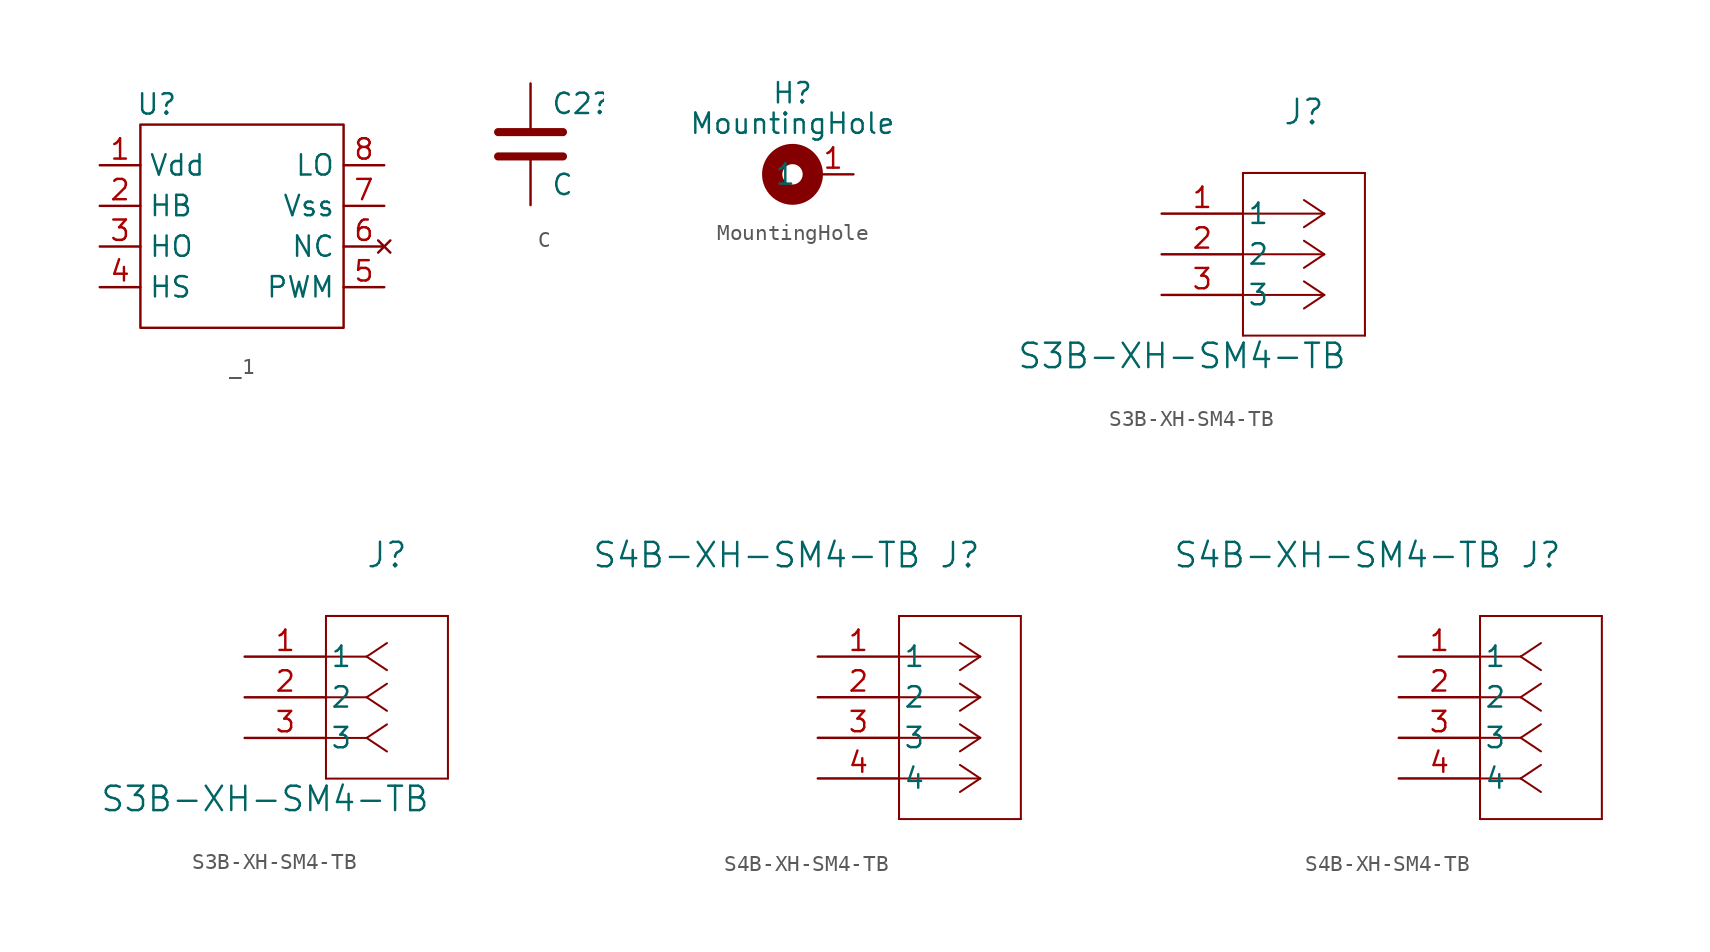
<source format=kicad_sym>
(kicad_symbol_lib
  (version 20241209)
  (generator "kicad_symbol_editor")
  (generator_version "9.0")
  (symbol "_1"
    (property "Reference" "U"
      (at -5.334 7.62 0)
      (effects (font (size 1.27 1.27))))
    (property "Value" ""
      (at 0 0 0)
      (effects (font (size 1.27 1.27))))
    (symbol "_1_0_1"
      (rectangle (start -6.35 6.35) (end 6.35 -6.35) (stroke (width 0) (type default)) (fill (type none))))
    (symbol "_1_1_1"
      (pin power_in line (at -8.89 3.81 0) (length 2.54) (name "Vdd" (effects (font (size 1.27 1.27)))) (number "1" (effects (font (size 1.27 1.27)))))
      (pin bidirectional line (at -8.89 1.27 0) (length 2.54) (name "HB" (effects (font (size 1.27 1.27)))) (number "2" (effects (font (size 1.27 1.27)))))
      (pin output line (at -8.89 -1.27 0) (length 2.54) (name "HO" (effects (font (size 1.27 1.27)))) (number "3" (effects (font (size 1.27 1.27)))))
      (pin input line (at -8.89 -3.81 0) (length 2.54) (name "HS" (effects (font (size 1.27 1.27)))) (number "4" (effects (font (size 1.27 1.27)))))
      (pin output line (at 8.89 3.81 180) (length 2.54) (name "LO" (effects (font (size 1.27 1.27)))) (number "8" (effects (font (size 1.27 1.27)))))
      (pin power_in line (at 8.89 1.27 180) (length 2.54) (name "Vss" (effects (font (size 1.27 1.27)))) (number "7" (effects (font (size 1.27 1.27)))))
      (pin no_connect line (at 8.89 -1.27 180) (length 2.54) (name "NC" (effects (font (size 1.27 1.27)))) (number "6" (effects (font (size 1.27 1.27)))))
      (pin input line (at 8.89 -3.81 180) (length 2.54) (name "PWM" (effects (font (size 1.27 1.27)))) (number "5" (effects (font (size 1.27 1.27)))))))
  (symbol "C"
    (pin_numbers
      (hide yes))
    (pin_names
      (offset 0.254))
    (property "Reference" "C2"
      (at 1.27 2.54 0)
      (effects (font (size 1.27 1.27)) (justify left)))
    (property "Value" "C"
      (at 1.27 -2.54 0)
      (effects (font (size 1.27 1.27)) (justify left)))
    (symbol "C_0_1"
      (polyline (pts (xy -2.032 0.762) (xy 2.032 0.762)) (stroke (width 0.508) (type default)) (fill (type none)))
      (polyline (pts (xy -2.032 -0.762) (xy 2.032 -0.762)) (stroke (width 0.508) (type default)) (fill (type none))))
    (symbol "C_1_1"
      (pin passive line (at 0 3.81 270) (length 2.794) (name "~" (effects (font (size 1.27 1.27)))) (number "1" (effects (font (size 1.27 1.27)))))
      (pin passive line (at 0 -3.81 90) (length 2.794) (name "~" (effects (font (size 1.27 1.27)))) (number "2" (effects (font (size 1.27 1.27)))))))
  (symbol "MountingHole"
    (pin_names
      (offset 1.016))
    (property "Reference" "H"
      (at 0 5.08 0)
      (effects (font (size 1.27 1.27))))
    (property "Value" "MountingHole"
      (at 0 3.175 0)
      (effects (font (size 1.27 1.27))))
    (symbol "MountingHole_0_1"
      (circle (center 0 0) (radius 1.27) (stroke (width 1.27) (type default)) (fill (type none))))
    (symbol "MountingHole_1_1"
      (pin passive line (at 3.81 0 180) (length 2.54) (name "1" (effects (font (size 1.27 1.27)))) (number "1" (effects (font (size 1.27 1.27)))))))
  (symbol "S3B-XH-SM4-TB"
    (pin_names
      (offset 0.254))
    (property "Reference" "J"
      (at 8.89 6.35 0)
      (effects (font (size 1.524 1.524))))
    (property "Value" "S3B-XH-SM4-TB"
      (at 1.27 -8.89 0)
      (effects (font (size 1.524 1.524))))
    (property "ki_locked" ""
      (at 0 0 0)
      (effects (font (size 1.27 1.27))))
    (symbol "S3B-XH-SM4-TB_1_1"
      (polyline (pts (xy 5.08 2.54) (xy 5.08 -7.62)) (stroke (width 0.127) (type default)) (fill (type none)))
      (polyline (pts (xy 5.08 -7.62) (xy 12.7 -7.62)) (stroke (width 0.127) (type default)) (fill (type none)))
      (polyline (pts (xy 10.16 0) (xy 5.08 0)) (stroke (width 0.127) (type default)) (fill (type none)))
      (polyline (pts (xy 10.16 0) (xy 8.89 0.847)) (stroke (width 0.127) (type default)) (fill (type none)))
      (polyline (pts (xy 10.16 0) (xy 8.89 -0.847)) (stroke (width 0.127) (type default)) (fill (type none)))
      (polyline (pts (xy 10.16 -2.54) (xy 5.08 -2.54)) (stroke (width 0.127) (type default)) (fill (type none)))
      (polyline (pts (xy 10.16 -2.54) (xy 8.89 -1.693)) (stroke (width 0.127) (type default)) (fill (type none)))
      (polyline (pts (xy 10.16 -2.54) (xy 8.89 -3.387)) (stroke (width 0.127) (type default)) (fill (type none)))
      (polyline (pts (xy 10.16 -5.08) (xy 5.08 -5.08)) (stroke (width 0.127) (type default)) (fill (type none)))
      (polyline (pts (xy 10.16 -5.08) (xy 8.89 -4.233)) (stroke (width 0.127) (type default)) (fill (type none)))
      (polyline (pts (xy 10.16 -5.08) (xy 8.89 -5.927)) (stroke (width 0.127) (type default)) (fill (type none)))
      (polyline (pts (xy 12.7 2.54) (xy 5.08 2.54)) (stroke (width 0.127) (type default)) (fill (type none)))
      (polyline (pts (xy 12.7 -7.62) (xy 12.7 2.54)) (stroke (width 0.127) (type default)) (fill (type none)))
      (pin unspecified line (at 0 0 0) (length 5.08) (name "1" (effects (font (size 1.27 1.27)))) (number "1" (effects (font (size 1.27 1.27)))))
      (pin unspecified line (at 0 -2.54 0) (length 5.08) (name "2" (effects (font (size 1.27 1.27)))) (number "2" (effects (font (size 1.27 1.27)))))
      (pin unspecified line (at 0 -5.08 0) (length 5.08) (name "3" (effects (font (size 1.27 1.27)))) (number "3" (effects (font (size 1.27 1.27))))))
    (symbol "S3B-XH-SM4-TB_1_2"
      (polyline (pts (xy 5.08 2.54) (xy 5.08 -7.62)) (stroke (width 0.127) (type default)) (fill (type none)))
      (polyline (pts (xy 5.08 -7.62) (xy 12.7 -7.62)) (stroke (width 0.127) (type default)) (fill (type none)))
      (polyline (pts (xy 7.62 0) (xy 5.08 0)) (stroke (width 0.127) (type default)) (fill (type none)))
      (polyline (pts (xy 7.62 0) (xy 8.89 0.847)) (stroke (width 0.127) (type default)) (fill (type none)))
      (polyline (pts (xy 7.62 0) (xy 8.89 -0.847)) (stroke (width 0.127) (type default)) (fill (type none)))
      (polyline (pts (xy 7.62 -2.54) (xy 5.08 -2.54)) (stroke (width 0.127) (type default)) (fill (type none)))
      (polyline (pts (xy 7.62 -2.54) (xy 8.89 -1.693)) (stroke (width 0.127) (type default)) (fill (type none)))
      (polyline (pts (xy 7.62 -2.54) (xy 8.89 -3.387)) (stroke (width 0.127) (type default)) (fill (type none)))
      (polyline (pts (xy 7.62 -5.08) (xy 5.08 -5.08)) (stroke (width 0.127) (type default)) (fill (type none)))
      (polyline (pts (xy 7.62 -5.08) (xy 8.89 -4.233)) (stroke (width 0.127) (type default)) (fill (type none)))
      (polyline (pts (xy 7.62 -5.08) (xy 8.89 -5.927)) (stroke (width 0.127) (type default)) (fill (type none)))
      (polyline (pts (xy 12.7 2.54) (xy 5.08 2.54)) (stroke (width 0.127) (type default)) (fill (type none)))
      (polyline (pts (xy 12.7 -7.62) (xy 12.7 2.54)) (stroke (width 0.127) (type default)) (fill (type none)))
      (pin unspecified line (at 0 0 0) (length 5.08) (name "1" (effects (font (size 1.27 1.27)))) (number "1" (effects (font (size 1.27 1.27)))))
      (pin unspecified line (at 0 -2.54 0) (length 5.08) (name "2" (effects (font (size 1.27 1.27)))) (number "2" (effects (font (size 1.27 1.27)))))
      (pin unspecified line (at 0 -5.08 0) (length 5.08) (name "3" (effects (font (size 1.27 1.27)))) (number "3" (effects (font (size 1.27 1.27)))))))
  (symbol "S4B-XH-SM4-TB"
    (pin_names
      (offset 0.254))
    (property "Reference" "J"
      (at 8.89 6.35 0)
      (effects (font (size 1.524 1.524))))
    (property "Value" "S4B-XH-SM4-TB"
      (at -3.81 6.35 0)
      (effects (font (size 1.524 1.524))))
    (property "ki_locked" ""
      (at 0 0 0)
      (effects (font (size 1.27 1.27))))
    (symbol "S4B-XH-SM4-TB_1_1"
      (polyline (pts (xy 5.08 2.54) (xy 5.08 -10.16)) (stroke (width 0.127) (type default)) (fill (type none)))
      (polyline (pts (xy 5.08 -10.16) (xy 12.7 -10.16)) (stroke (width 0.127) (type default)) (fill (type none)))
      (polyline (pts (xy 10.16 0) (xy 5.08 0)) (stroke (width 0.127) (type default)) (fill (type none)))
      (polyline (pts (xy 10.16 0) (xy 8.89 0.847)) (stroke (width 0.127) (type default)) (fill (type none)))
      (polyline (pts (xy 10.16 0) (xy 8.89 -0.847)) (stroke (width 0.127) (type default)) (fill (type none)))
      (polyline (pts (xy 10.16 -2.54) (xy 5.08 -2.54)) (stroke (width 0.127) (type default)) (fill (type none)))
      (polyline (pts (xy 10.16 -2.54) (xy 8.89 -1.693)) (stroke (width 0.127) (type default)) (fill (type none)))
      (polyline (pts (xy 10.16 -2.54) (xy 8.89 -3.387)) (stroke (width 0.127) (type default)) (fill (type none)))
      (polyline (pts (xy 10.16 -5.08) (xy 5.08 -5.08)) (stroke (width 0.127) (type default)) (fill (type none)))
      (polyline (pts (xy 10.16 -5.08) (xy 8.89 -4.233)) (stroke (width 0.127) (type default)) (fill (type none)))
      (polyline (pts (xy 10.16 -5.08) (xy 8.89 -5.927)) (stroke (width 0.127) (type default)) (fill (type none)))
      (polyline (pts (xy 10.16 -7.62) (xy 5.08 -7.62)) (stroke (width 0.127) (type default)) (fill (type none)))
      (polyline (pts (xy 10.16 -7.62) (xy 8.89 -6.773)) (stroke (width 0.127) (type default)) (fill (type none)))
      (polyline (pts (xy 10.16 -7.62) (xy 8.89 -8.467)) (stroke (width 0.127) (type default)) (fill (type none)))
      (polyline (pts (xy 12.7 2.54) (xy 5.08 2.54)) (stroke (width 0.127) (type default)) (fill (type none)))
      (polyline (pts (xy 12.7 -10.16) (xy 12.7 2.54)) (stroke (width 0.127) (type default)) (fill (type none)))
      (pin unspecified line (at 0 0 0) (length 5.08) (name "1" (effects (font (size 1.27 1.27)))) (number "1" (effects (font (size 1.27 1.27)))))
      (pin unspecified line (at 0 -2.54 0) (length 5.08) (name "2" (effects (font (size 1.27 1.27)))) (number "2" (effects (font (size 1.27 1.27)))))
      (pin unspecified line (at 0 -5.08 0) (length 5.08) (name "3" (effects (font (size 1.27 1.27)))) (number "3" (effects (font (size 1.27 1.27)))))
      (pin unspecified line (at 0 -7.62 0) (length 5.08) (name "4" (effects (font (size 1.27 1.27)))) (number "4" (effects (font (size 1.27 1.27))))))
    (symbol "S4B-XH-SM4-TB_1_2"
      (polyline (pts (xy 5.08 2.54) (xy 5.08 -10.16)) (stroke (width 0.127) (type default)) (fill (type none)))
      (polyline (pts (xy 5.08 -10.16) (xy 12.7 -10.16)) (stroke (width 0.127) (type default)) (fill (type none)))
      (polyline (pts (xy 7.62 0) (xy 5.08 0)) (stroke (width 0.127) (type default)) (fill (type none)))
      (polyline (pts (xy 7.62 0) (xy 8.89 0.847)) (stroke (width 0.127) (type default)) (fill (type none)))
      (polyline (pts (xy 7.62 0) (xy 8.89 -0.847)) (stroke (width 0.127) (type default)) (fill (type none)))
      (polyline (pts (xy 7.62 -2.54) (xy 5.08 -2.54)) (stroke (width 0.127) (type default)) (fill (type none)))
      (polyline (pts (xy 7.62 -2.54) (xy 8.89 -1.693)) (stroke (width 0.127) (type default)) (fill (type none)))
      (polyline (pts (xy 7.62 -2.54) (xy 8.89 -3.387)) (stroke (width 0.127) (type default)) (fill (type none)))
      (polyline (pts (xy 7.62 -5.08) (xy 5.08 -5.08)) (stroke (width 0.127) (type default)) (fill (type none)))
      (polyline (pts (xy 7.62 -5.08) (xy 8.89 -4.233)) (stroke (width 0.127) (type default)) (fill (type none)))
      (polyline (pts (xy 7.62 -5.08) (xy 8.89 -5.927)) (stroke (width 0.127) (type default)) (fill (type none)))
      (polyline (pts (xy 7.62 -7.62) (xy 5.08 -7.62)) (stroke (width 0.127) (type default)) (fill (type none)))
      (polyline (pts (xy 7.62 -7.62) (xy 8.89 -6.773)) (stroke (width 0.127) (type default)) (fill (type none)))
      (polyline (pts (xy 7.62 -7.62) (xy 8.89 -8.467)) (stroke (width 0.127) (type default)) (fill (type none)))
      (polyline (pts (xy 12.7 2.54) (xy 5.08 2.54)) (stroke (width 0.127) (type default)) (fill (type none)))
      (polyline (pts (xy 12.7 -10.16) (xy 12.7 2.54)) (stroke (width 0.127) (type default)) (fill (type none)))
      (pin unspecified line (at 0 0 0) (length 5.08) (name "1" (effects (font (size 1.27 1.27)))) (number "1" (effects (font (size 1.27 1.27)))))
      (pin unspecified line (at 0 -2.54 0) (length 5.08) (name "2" (effects (font (size 1.27 1.27)))) (number "2" (effects (font (size 1.27 1.27)))))
      (pin unspecified line (at 0 -5.08 0) (length 5.08) (name "3" (effects (font (size 1.27 1.27)))) (number "3" (effects (font (size 1.27 1.27)))))
      (pin unspecified line (at 0 -7.62 0) (length 5.08) (name "4" (effects (font (size 1.27 1.27)))) (number "4" (effects (font (size 1.27 1.27))))))))
</source>
